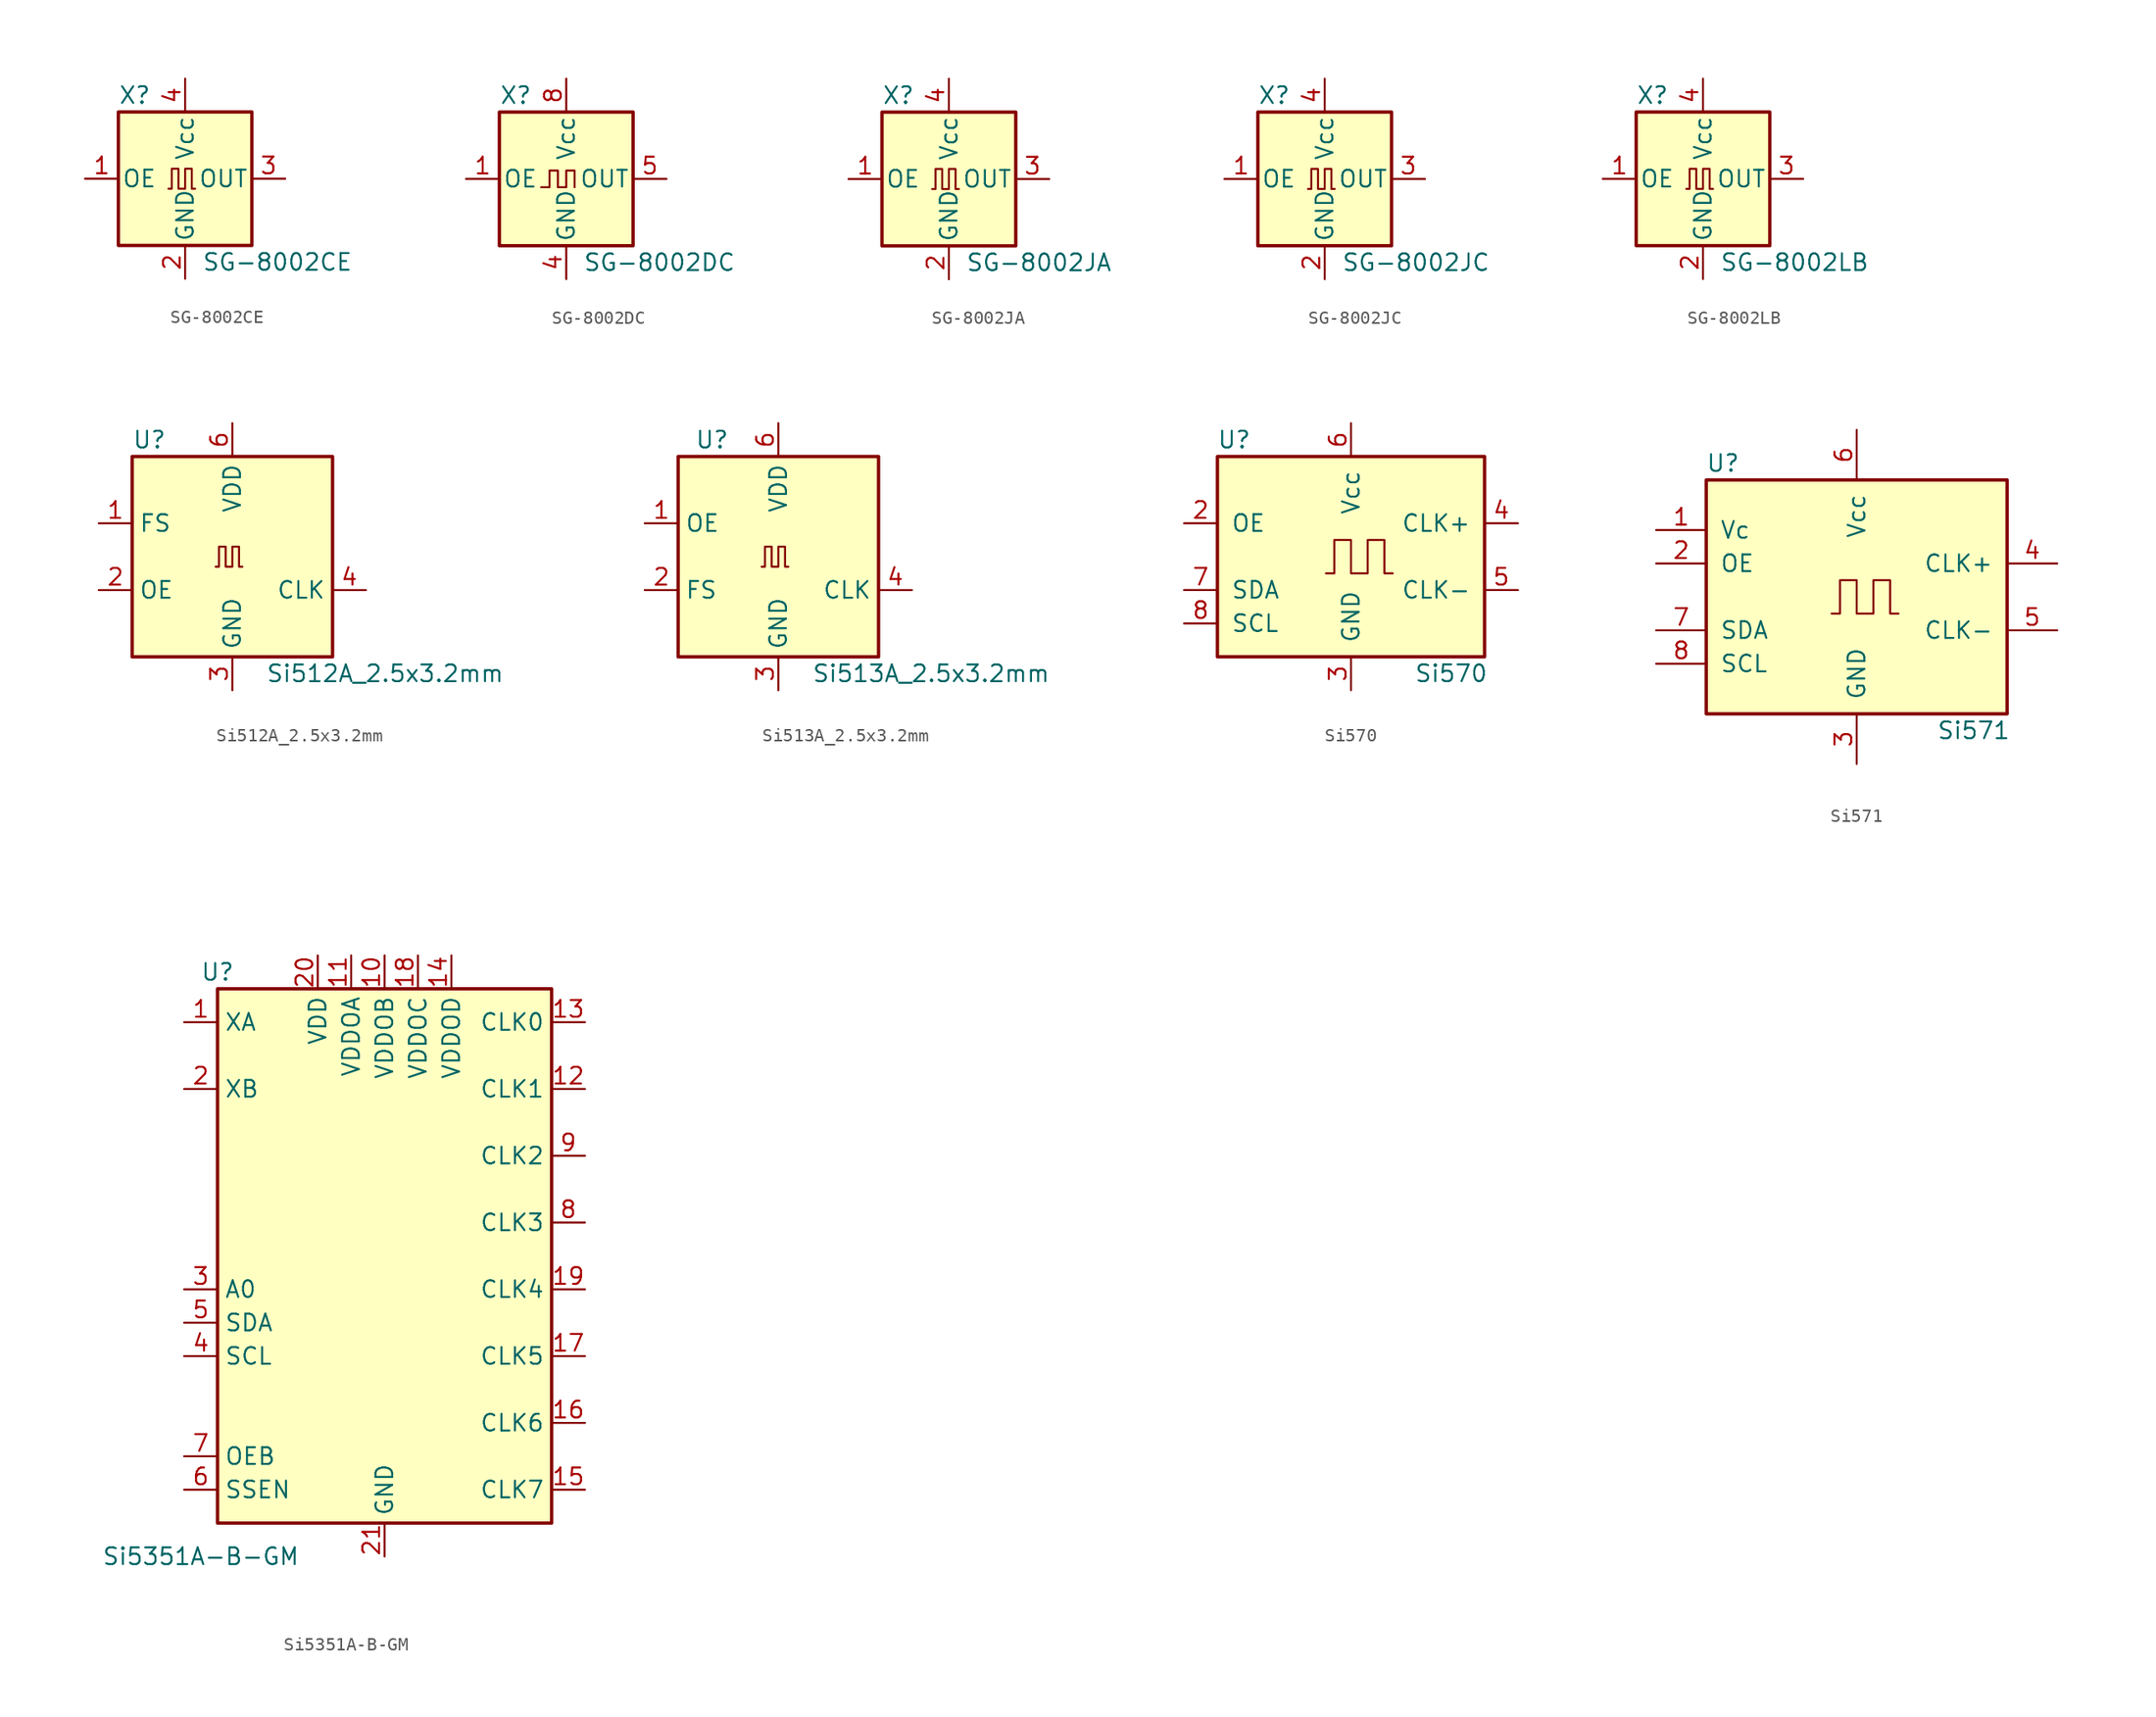
<source format=kicad_sym>
(kicad_symbol_lib
  (version 20241209)
  (generator "kicad_symbol_editor")
  (generator_version "9.0")
  (symbol "SG-8002CE"
    (pin_names
      (offset 0.254))
    (property "Reference" "X"
      (at -5.08 6.35 0)
      (effects (font (size 1.27 1.27)) (justify left)))
    (property "Value" "SG-8002CE"
      (at 1.27 -6.35 0)
      (effects (font (size 1.27 1.27)) (justify left)))
    (symbol "SG-8002CE_0_1"
      (rectangle (start -5.08 5.08) (end 5.08 -5.08) (stroke (width 0.254) (type default)) (fill (type background)))
      (polyline (pts (xy -1.27 -0.762) (xy -1.016 -0.762) (xy -1.016 0.762) (xy -0.508 0.762) (xy -0.508 -0.762) (xy 0 -0.762) (xy 0 0.762) (xy 0.508 0.762) (xy 0.508 -0.762) (xy 0.762 -0.762)) (stroke (width 0) (type default)) (fill (type none))))
    (symbol "SG-8002CE_1_1"
      (pin input line (at -7.62 0 0) (length 2.54) (name "OE" (effects (font (size 1.27 1.27)))) (number "1" (effects (font (size 1.27 1.27)))))
      (pin power_in line (at 0 7.62 270) (length 2.54) (name "Vcc" (effects (font (size 1.27 1.27)))) (number "4" (effects (font (size 1.27 1.27)))))
      (pin power_in line (at 0 -7.62 90) (length 2.54) (name "GND" (effects (font (size 1.27 1.27)))) (number "2" (effects (font (size 1.27 1.27)))))
      (pin output line (at 7.62 0 180) (length 2.54) (name "OUT" (effects (font (size 1.27 1.27)))) (number "3" (effects (font (size 1.27 1.27)))))))
  (symbol "SG-8002DC"
    (pin_names
      (offset 0.254))
    (property "Reference" "X"
      (at -5.08 6.35 0)
      (effects (font (size 1.27 1.27)) (justify left)))
    (property "Value" "SG-8002DC"
      (at 1.27 -6.35 0)
      (effects (font (size 1.27 1.27)) (justify left)))
    (symbol "SG-8002DC_0_1"
      (rectangle (start -5.08 5.08) (end 5.08 -5.08) (stroke (width 0.254) (type default)) (fill (type background)))
      (polyline (pts (xy -1.905 -0.635) (xy -1.27 -0.635) (xy -1.27 0.635) (xy -0.635 0.635) (xy -0.635 -0.635) (xy 0 -0.635) (xy 0 0.635) (xy 0.635 0.635) (xy 0.635 -0.635)) (stroke (width 0) (type default)) (fill (type none))))
    (symbol "SG-8002DC_1_1"
      (pin input line (at -7.62 0 0) (length 2.54) (name "OE" (effects (font (size 1.27 1.27)))) (number "1" (effects (font (size 1.27 1.27)))))
      (pin power_in line (at 0 7.62 270) (length 2.54) (name "Vcc" (effects (font (size 1.27 1.27)))) (number "8" (effects (font (size 1.27 1.27)))))
      (pin power_in line (at 0 -7.62 90) (length 2.54) (name "GND" (effects (font (size 1.27 1.27)))) (number "4" (effects (font (size 1.27 1.27)))))
      (pin output line (at 7.62 0 180) (length 2.54) (name "OUT" (effects (font (size 1.27 1.27)))) (number "5" (effects (font (size 1.27 1.27)))))))
  (symbol "SG-8002JA"
    (pin_names
      (offset 0.254))
    (property "Reference" "X"
      (at -5.08 6.35 0)
      (effects (font (size 1.27 1.27)) (justify left)))
    (property "Value" "SG-8002JA"
      (at 1.27 -6.35 0)
      (effects (font (size 1.27 1.27)) (justify left)))
    (symbol "SG-8002JA_0_1"
      (rectangle (start -5.08 5.08) (end 5.08 -5.08) (stroke (width 0.254) (type default)) (fill (type background)))
      (polyline (pts (xy -1.27 -0.762) (xy -1.016 -0.762) (xy -1.016 0.762) (xy -0.508 0.762) (xy -0.508 -0.762) (xy 0 -0.762) (xy 0 0.762) (xy 0.508 0.762) (xy 0.508 -0.762) (xy 0.762 -0.762)) (stroke (width 0) (type default)) (fill (type none))))
    (symbol "SG-8002JA_1_1"
      (pin input line (at -7.62 0 0) (length 2.54) (name "OE" (effects (font (size 1.27 1.27)))) (number "1" (effects (font (size 1.27 1.27)))))
      (pin power_in line (at 0 7.62 270) (length 2.54) (name "Vcc" (effects (font (size 1.27 1.27)))) (number "4" (effects (font (size 1.27 1.27)))))
      (pin power_in line (at 0 -7.62 90) (length 2.54) (name "GND" (effects (font (size 1.27 1.27)))) (number "2" (effects (font (size 1.27 1.27)))))
      (pin output line (at 7.62 0 180) (length 2.54) (name "OUT" (effects (font (size 1.27 1.27)))) (number "3" (effects (font (size 1.27 1.27)))))))
  (symbol "SG-8002JC"
    (pin_names
      (offset 0.254))
    (property "Reference" "X"
      (at -5.08 6.35 0)
      (effects (font (size 1.27 1.27)) (justify left)))
    (property "Value" "SG-8002JC"
      (at 1.27 -6.35 0)
      (effects (font (size 1.27 1.27)) (justify left)))
    (symbol "SG-8002JC_0_1"
      (rectangle (start -5.08 5.08) (end 5.08 -5.08) (stroke (width 0.254) (type default)) (fill (type background)))
      (polyline (pts (xy -1.27 -0.762) (xy -1.016 -0.762) (xy -1.016 0.762) (xy -0.508 0.762) (xy -0.508 -0.762) (xy 0 -0.762) (xy 0 0.762) (xy 0.508 0.762) (xy 0.508 -0.762) (xy 0.762 -0.762)) (stroke (width 0) (type default)) (fill (type none))))
    (symbol "SG-8002JC_1_1"
      (pin input line (at -7.62 0 0) (length 2.54) (name "OE" (effects (font (size 1.27 1.27)))) (number "1" (effects (font (size 1.27 1.27)))))
      (pin power_in line (at 0 7.62 270) (length 2.54) (name "Vcc" (effects (font (size 1.27 1.27)))) (number "4" (effects (font (size 1.27 1.27)))))
      (pin power_in line (at 0 -7.62 90) (length 2.54) (name "GND" (effects (font (size 1.27 1.27)))) (number "2" (effects (font (size 1.27 1.27)))))
      (pin output line (at 7.62 0 180) (length 2.54) (name "OUT" (effects (font (size 1.27 1.27)))) (number "3" (effects (font (size 1.27 1.27)))))))
  (symbol "SG-8002LB"
    (pin_names
      (offset 0.254))
    (property "Reference" "X"
      (at -5.08 6.35 0)
      (effects (font (size 1.27 1.27)) (justify left)))
    (property "Value" "SG-8002LB"
      (at 1.27 -6.35 0)
      (effects (font (size 1.27 1.27)) (justify left)))
    (symbol "SG-8002LB_0_1"
      (rectangle (start -5.08 5.08) (end 5.08 -5.08) (stroke (width 0.254) (type default)) (fill (type background)))
      (polyline (pts (xy -1.27 -0.762) (xy -1.016 -0.762) (xy -1.016 0.762) (xy -0.508 0.762) (xy -0.508 -0.762) (xy 0 -0.762) (xy 0 0.762) (xy 0.508 0.762) (xy 0.508 -0.762) (xy 0.762 -0.762)) (stroke (width 0) (type default)) (fill (type none))))
    (symbol "SG-8002LB_1_1"
      (pin input line (at -7.62 0 0) (length 2.54) (name "OE" (effects (font (size 1.27 1.27)))) (number "1" (effects (font (size 1.27 1.27)))))
      (pin power_in line (at 0 7.62 270) (length 2.54) (name "Vcc" (effects (font (size 1.27 1.27)))) (number "4" (effects (font (size 1.27 1.27)))))
      (pin power_in line (at 0 -7.62 90) (length 2.54) (name "GND" (effects (font (size 1.27 1.27)))) (number "2" (effects (font (size 1.27 1.27)))))
      (pin output line (at 7.62 0 180) (length 2.54) (name "OUT" (effects (font (size 1.27 1.27)))) (number "3" (effects (font (size 1.27 1.27)))))))
  (symbol "Si512A_2.5x3.2mm"
    (property "Reference" "U"
      (at -7.62 8.89 0)
      (effects (font (size 1.27 1.27)) (justify left)))
    (property "Value" "Si512A_2.5x3.2mm"
      (at 2.54 -8.89 0)
      (effects (font (size 1.27 1.27)) (justify left)))
    (symbol "Si512A_2.5x3.2mm_0_1"
      (rectangle (start -7.62 7.62) (end 7.62 -7.62) (stroke (width 0.254) (type default)) (fill (type background)))
      (polyline (pts (xy -1.27 -0.762) (xy -1.016 -0.762) (xy -1.016 0.762) (xy -0.508 0.762) (xy -0.508 -0.762) (xy 0 -0.762) (xy 0 0.762) (xy 0.508 0.762) (xy 0.508 -0.762) (xy 0.762 -0.762)) (stroke (width 0) (type default)) (fill (type none))))
    (symbol "Si512A_2.5x3.2mm_1_1"
      (pin input line (at -10.16 2.54 0) (length 2.54) (name "FS" (effects (font (size 1.27 1.27)))) (number "1" (effects (font (size 1.27 1.27)))))
      (pin input line (at -10.16 -2.54 0) (length 2.54) (name "OE" (effects (font (size 1.27 1.27)))) (number "2" (effects (font (size 1.27 1.27)))))
      (pin power_in line (at 0 10.16 270) (length 2.54) (name "VDD" (effects (font (size 1.27 1.27)))) (number "6" (effects (font (size 1.27 1.27)))))
      (pin power_in line (at 0 -10.16 90) (length 2.54) (name "GND" (effects (font (size 1.27 1.27)))) (number "3" (effects (font (size 1.27 1.27)))))
      (pin no_connect line (at 7.62 2.54 180) (length 2.54) hide (name "NC" (effects (font (size 1.27 1.27)))) (number "5" (effects (font (size 1.27 1.27)))))
      (pin output line (at 10.16 -2.54 180) (length 2.54) (name "CLK" (effects (font (size 1.27 1.27)))) (number "4" (effects (font (size 1.27 1.27)))))))
  (symbol "Si513A_2.5x3.2mm"
    (property "Reference" "U"
      (at -6.35 8.89 0)
      (effects (font (size 1.27 1.27)) (justify left)))
    (property "Value" "Si513A_2.5x3.2mm"
      (at 2.54 -8.89 0)
      (effects (font (size 1.27 1.27)) (justify left)))
    (symbol "Si513A_2.5x3.2mm_0_1"
      (rectangle (start -7.62 7.62) (end 7.62 -7.62) (stroke (width 0.254) (type default)) (fill (type background)))
      (polyline (pts (xy -1.27 -0.762) (xy -1.016 -0.762) (xy -1.016 0.762) (xy -0.508 0.762) (xy -0.508 -0.762) (xy 0 -0.762) (xy 0 0.762) (xy 0.508 0.762) (xy 0.508 -0.762) (xy 0.762 -0.762)) (stroke (width 0) (type default)) (fill (type none))))
    (symbol "Si513A_2.5x3.2mm_1_1"
      (pin input line (at -10.16 2.54 0) (length 2.54) (name "OE" (effects (font (size 1.27 1.27)))) (number "1" (effects (font (size 1.27 1.27)))))
      (pin input line (at -10.16 -2.54 0) (length 2.54) (name "FS" (effects (font (size 1.27 1.27)))) (number "2" (effects (font (size 1.27 1.27)))))
      (pin power_in line (at 0 10.16 270) (length 2.54) (name "VDD" (effects (font (size 1.27 1.27)))) (number "6" (effects (font (size 1.27 1.27)))))
      (pin power_in line (at 0 -10.16 90) (length 2.54) (name "GND" (effects (font (size 1.27 1.27)))) (number "3" (effects (font (size 1.27 1.27)))))
      (pin no_connect line (at 7.62 2.54 180) (length 2.54) hide (name "NC" (effects (font (size 1.27 1.27)))) (number "5" (effects (font (size 1.27 1.27)))))
      (pin output line (at 10.16 -2.54 180) (length 2.54) (name "CLK" (effects (font (size 1.27 1.27)))) (number "4" (effects (font (size 1.27 1.27)))))))
  (symbol "Si570"
    (pin_names
      (offset 1.016))
    (property "Reference" "U"
      (at -8.89 8.89 0)
      (effects (font (size 1.27 1.27))))
    (property "Value" "Si570"
      (at 7.62 -8.89 0)
      (effects (font (size 1.27 1.27))))
    (symbol "Si570_0_1"
      (rectangle (start -10.16 7.62) (end 10.16 -7.62) (stroke (width 0.254) (type default)) (fill (type background)))
      (polyline (pts (xy -1.905 -1.27) (xy -1.27 -1.27) (xy -1.27 1.27) (xy 0 1.27) (xy 0 -1.27) (xy 1.27 -1.27) (xy 1.27 1.27) (xy 2.54 1.27) (xy 2.54 -1.27) (xy 3.175 -1.27)) (stroke (width 0) (type default)) (fill (type none))))
    (symbol "Si570_1_1"
      (pin input line (at -12.7 2.54 0) (length 2.54) (name "OE" (effects (font (size 1.27 1.27)))) (number "2" (effects (font (size 1.27 1.27)))))
      (pin bidirectional line (at -12.7 -2.54 0) (length 2.54) (name "SDA" (effects (font (size 1.27 1.27)))) (number "7" (effects (font (size 1.27 1.27)))))
      (pin input line (at -12.7 -5.08 0) (length 2.54) (name "SCL" (effects (font (size 1.27 1.27)))) (number "8" (effects (font (size 1.27 1.27)))))
      (pin no_connect line (at -10.16 5.08 0) (length 2.54) hide (name "NC" (effects (font (size 1.27 1.27)))) (number "1" (effects (font (size 1.27 1.27)))))
      (pin power_in line (at 0 10.16 270) (length 2.54) (name "Vcc" (effects (font (size 1.27 1.27)))) (number "6" (effects (font (size 1.27 1.27)))))
      (pin power_in line (at 0 -10.16 90) (length 2.54) (name "GND" (effects (font (size 1.27 1.27)))) (number "3" (effects (font (size 1.27 1.27)))))
      (pin output line (at 12.7 2.54 180) (length 2.54) (name "CLK+" (effects (font (size 1.27 1.27)))) (number "4" (effects (font (size 1.27 1.27)))))
      (pin output line (at 12.7 -2.54 180) (length 2.54) (name "CLK-" (effects (font (size 1.27 1.27)))) (number "5" (effects (font (size 1.27 1.27)))))))
  (symbol "Si571"
    (pin_names
      (offset 1.016))
    (property "Reference" "U"
      (at -10.16 10.16 0)
      (effects (font (size 1.27 1.27))))
    (property "Value" "Si571"
      (at 8.89 -10.16 0)
      (effects (font (size 1.27 1.27))))
    (symbol "Si571_0_1"
      (rectangle (start -11.43 8.89) (end 11.43 -8.89) (stroke (width 0.254) (type default)) (fill (type background)))
      (polyline (pts (xy -1.905 -1.27) (xy -1.27 -1.27) (xy -1.27 1.27) (xy 0 1.27) (xy 0 -1.27) (xy 1.27 -1.27) (xy 1.27 1.27) (xy 2.54 1.27) (xy 2.54 -1.27) (xy 3.175 -1.27)) (stroke (width 0) (type default)) (fill (type none))))
    (symbol "Si571_1_1"
      (pin input line (at -15.24 5.08 0) (length 3.81) (name "Vc" (effects (font (size 1.27 1.27)))) (number "1" (effects (font (size 1.27 1.27)))))
      (pin input line (at -15.24 2.54 0) (length 3.81) (name "OE" (effects (font (size 1.27 1.27)))) (number "2" (effects (font (size 1.27 1.27)))))
      (pin bidirectional line (at -15.24 -2.54 0) (length 3.81) (name "SDA" (effects (font (size 1.27 1.27)))) (number "7" (effects (font (size 1.27 1.27)))))
      (pin input line (at -15.24 -5.08 0) (length 3.81) (name "SCL" (effects (font (size 1.27 1.27)))) (number "8" (effects (font (size 1.27 1.27)))))
      (pin power_in line (at 0 12.7 270) (length 3.81) (name "Vcc" (effects (font (size 1.27 1.27)))) (number "6" (effects (font (size 1.27 1.27)))))
      (pin power_in line (at 0 -12.7 90) (length 3.81) (name "GND" (effects (font (size 1.27 1.27)))) (number "3" (effects (font (size 1.27 1.27)))))
      (pin output line (at 15.24 2.54 180) (length 3.81) (name "CLK+" (effects (font (size 1.27 1.27)))) (number "4" (effects (font (size 1.27 1.27)))))
      (pin output line (at 15.24 -2.54 180) (length 3.81) (name "CLK-" (effects (font (size 1.27 1.27)))) (number "5" (effects (font (size 1.27 1.27)))))))
  (symbol "Si5351A-B-GM"
    (property "Reference" "U"
      (at -12.7 21.59 0)
      (effects (font (size 1.27 1.27))))
    (property "Value" "Si5351A-B-GM"
      (at -13.97 -22.86 0)
      (effects (font (size 1.27 1.27))))
    (symbol "Si5351A-B-GM_1_1"
      (rectangle (start -12.7 20.32) (end 12.7 -20.32) (stroke (width 0.254) (type default)) (fill (type background)))
      (pin input line (at -15.24 17.78 0) (length 2.54) (name "XA" (effects (font (size 1.27 1.27)))) (number "1" (effects (font (size 1.27 1.27)))))
      (pin input line (at -15.24 12.7 0) (length 2.54) (name "XB" (effects (font (size 1.27 1.27)))) (number "2" (effects (font (size 1.27 1.27)))))
      (pin input line (at -15.24 -2.54 0) (length 2.54) (name "A0" (effects (font (size 1.27 1.27)))) (number "3" (effects (font (size 1.27 1.27)))))
      (pin bidirectional line (at -15.24 -5.08 0) (length 2.54) (name "SDA" (effects (font (size 1.27 1.27)))) (number "5" (effects (font (size 1.27 1.27)))))
      (pin input line (at -15.24 -7.62 0) (length 2.54) (name "SCL" (effects (font (size 1.27 1.27)))) (number "4" (effects (font (size 1.27 1.27)))))
      (pin input line (at -15.24 -15.24 0) (length 2.54) (name "OEB" (effects (font (size 1.27 1.27)))) (number "7" (effects (font (size 1.27 1.27)))))
      (pin input line (at -15.24 -17.78 0) (length 2.54) (name "SSEN" (effects (font (size 1.27 1.27)))) (number "6" (effects (font (size 1.27 1.27)))))
      (pin power_in line (at -5.08 22.86 270) (length 2.54) (name "VDD" (effects (font (size 1.27 1.27)))) (number "20" (effects (font (size 1.27 1.27)))))
      (pin power_in line (at -2.54 22.86 270) (length 2.54) (name "VDDOA" (effects (font (size 1.27 1.27)))) (number "11" (effects (font (size 1.27 1.27)))))
      (pin power_in line (at 0 22.86 270) (length 2.54) (name "VDDOB" (effects (font (size 1.27 1.27)))) (number "10" (effects (font (size 1.27 1.27)))))
      (pin power_in line (at 0 -22.86 90) (length 2.54) (name "GND" (effects (font (size 1.27 1.27)))) (number "21" (effects (font (size 1.27 1.27)))))
      (pin power_in line (at 2.54 22.86 270) (length 2.54) (name "VDDOC" (effects (font (size 1.27 1.27)))) (number "18" (effects (font (size 1.27 1.27)))))
      (pin power_in line (at 5.08 22.86 270) (length 2.54) (name "VDDOD" (effects (font (size 1.27 1.27)))) (number "14" (effects (font (size 1.27 1.27)))))
      (pin output line (at 15.24 17.78 180) (length 2.54) (name "CLK0" (effects (font (size 1.27 1.27)))) (number "13" (effects (font (size 1.27 1.27)))))
      (pin output line (at 15.24 12.7 180) (length 2.54) (name "CLK1" (effects (font (size 1.27 1.27)))) (number "12" (effects (font (size 1.27 1.27)))))
      (pin output line (at 15.24 7.62 180) (length 2.54) (name "CLK2" (effects (font (size 1.27 1.27)))) (number "9" (effects (font (size 1.27 1.27)))))
      (pin output line (at 15.24 2.54 180) (length 2.54) (name "CLK3" (effects (font (size 1.27 1.27)))) (number "8" (effects (font (size 1.27 1.27)))))
      (pin output line (at 15.24 -2.54 180) (length 2.54) (name "CLK4" (effects (font (size 1.27 1.27)))) (number "19" (effects (font (size 1.27 1.27)))))
      (pin output line (at 15.24 -7.62 180) (length 2.54) (name "CLK5" (effects (font (size 1.27 1.27)))) (number "17" (effects (font (size 1.27 1.27)))))
      (pin output line (at 15.24 -12.7 180) (length 2.54) (name "CLK6" (effects (font (size 1.27 1.27)))) (number "16" (effects (font (size 1.27 1.27)))))
      (pin output line (at 15.24 -17.78 180) (length 2.54) (name "CLK7" (effects (font (size 1.27 1.27)))) (number "15" (effects (font (size 1.27 1.27))))))))
</source>
